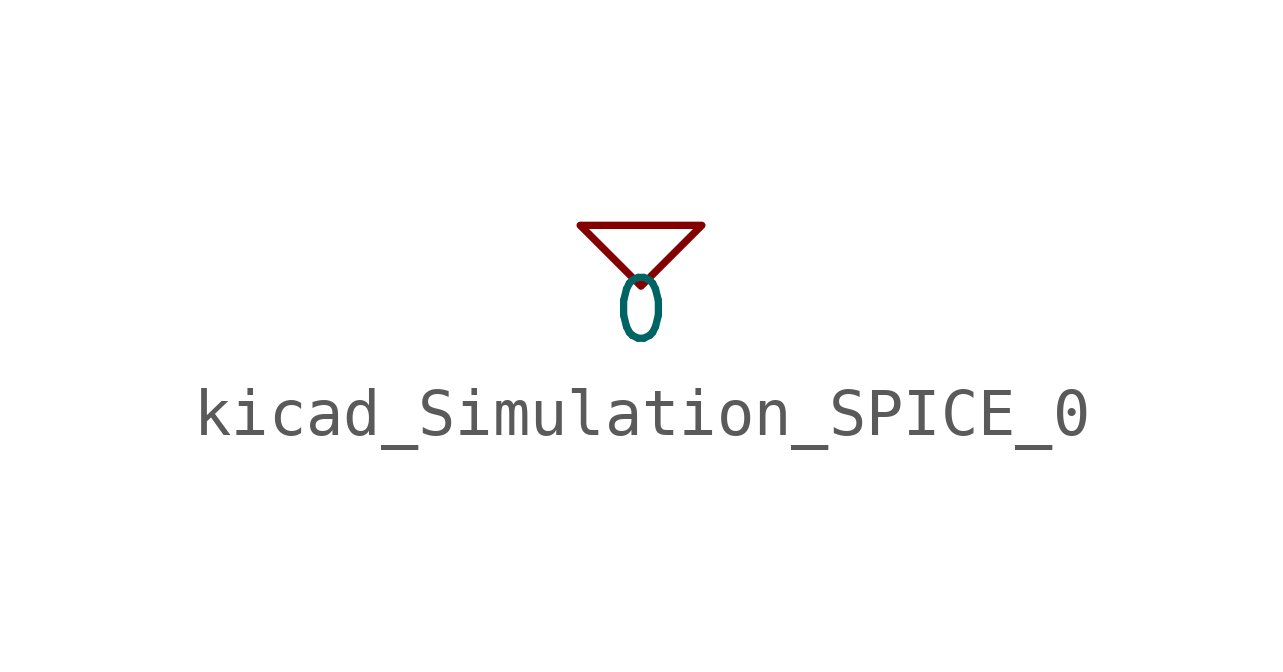
<source format=kicad_sym>
(kicad_symbol_lib
  (version 20220914)
  (generator kicad_symbol_editor)
  (symbol "kicad_Simulation_SPICE_0"
    (power)
    (pin_names
      (offset 0))
    (property "Reference" "#GND"
      (at 0 -2.54 0)
      (effects (font (size 1.27 1.27)) hide))
    (property "Value" "0"
      (at 0 -1.778 0)
      (effects (font (size 1.27 1.27))))
    (symbol "kicad_Simulation_SPICE_0_0_1"
      (polyline (pts (xy -1.27 0) (xy 0 -1.27) (xy 1.27 0) (xy -1.27 0)) (stroke (width 0) (type default)) (fill (type none))))
    (symbol "kicad_Simulation_SPICE_0_1_1"
      (pin power_in line (at 0 0 0) (length 0) hide (name "0" (effects (font (size 1.016 1.016)))) (number "1" (effects (font (size 1.016 1.016))))))))
</source>
